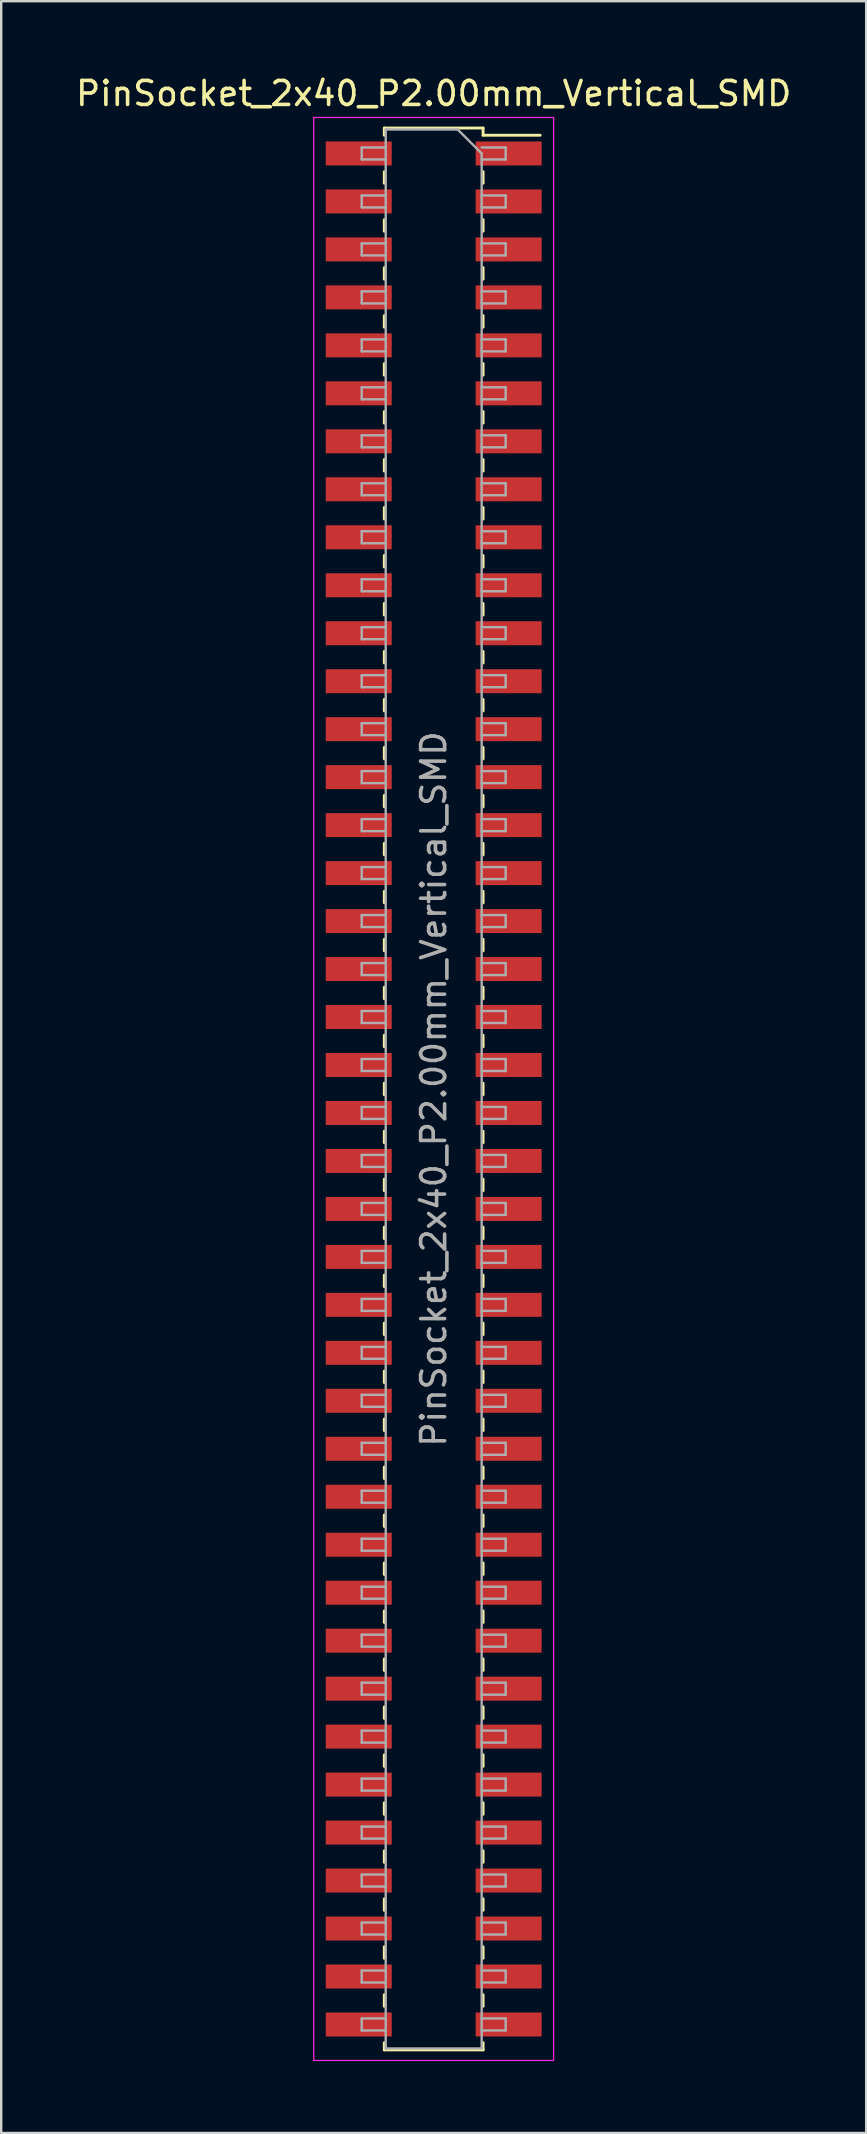
<source format=kicad_pcb>
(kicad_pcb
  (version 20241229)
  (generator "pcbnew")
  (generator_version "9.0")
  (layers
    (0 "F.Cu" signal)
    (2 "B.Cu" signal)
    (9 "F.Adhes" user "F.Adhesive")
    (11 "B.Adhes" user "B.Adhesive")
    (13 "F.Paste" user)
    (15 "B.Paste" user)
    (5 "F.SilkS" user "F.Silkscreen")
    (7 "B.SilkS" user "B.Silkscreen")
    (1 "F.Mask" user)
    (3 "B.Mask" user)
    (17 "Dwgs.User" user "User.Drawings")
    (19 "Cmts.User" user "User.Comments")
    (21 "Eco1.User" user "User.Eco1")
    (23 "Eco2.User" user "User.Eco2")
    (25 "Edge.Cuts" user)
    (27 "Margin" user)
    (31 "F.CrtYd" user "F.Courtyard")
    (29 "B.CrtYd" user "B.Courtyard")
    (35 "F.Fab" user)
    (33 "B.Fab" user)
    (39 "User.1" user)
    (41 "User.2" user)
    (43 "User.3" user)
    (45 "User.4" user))
  (footprint "PinSocket_2x40_P2.00mm_Vertical_SMD"
    (layer "F.Cu")
    (at 15.03 42.348)
    (property "Reference" "PinSocket_2x40_P2.00mm_Vertical_SMD" (at 0 -41.5 0) (layer "F.SilkS") (effects (font (size 1 1) (thickness 0.15))))
    (attr smd)
    (fp_line (start -2.06 -40.06) (end -2.06 -39.76) (stroke (width 0.12) (type solid)) (layer "F.SilkS"))
    (fp_line (start -2.06 -40.06) (end 2.06 -40.06) (stroke (width 0.12) (type solid)) (layer "F.SilkS"))
    (fp_line (start -2.06 -38.24) (end -2.06 -37.76) (stroke (width 0.12) (type solid)) (layer "F.SilkS"))
    (fp_line (start -2.06 -36.24) (end -2.06 -35.76) (stroke (width 0.12) (type solid)) (layer "F.SilkS"))
    (fp_line (start -2.06 -34.24) (end -2.06 -33.76) (stroke (width 0.12) (type solid)) (layer "F.SilkS"))
    (fp_line (start -2.06 -32.24) (end -2.06 -31.76) (stroke (width 0.12) (type solid)) (layer "F.SilkS"))
    (fp_line (start -2.06 -30.24) (end -2.06 -29.76) (stroke (width 0.12) (type solid)) (layer "F.SilkS"))
    (fp_line (start -2.06 -28.24) (end -2.06 -27.76) (stroke (width 0.12) (type solid)) (layer "F.SilkS"))
    (fp_line (start -2.06 -26.24) (end -2.06 -25.76) (stroke (width 0.12) (type solid)) (layer "F.SilkS"))
    (fp_line (start -2.06 -24.24) (end -2.06 -23.76) (stroke (width 0.12) (type solid)) (layer "F.SilkS"))
    (fp_line (start -2.06 -22.24) (end -2.06 -21.76) (stroke (width 0.12) (type solid)) (layer "F.SilkS"))
    (fp_line (start -2.06 -20.24) (end -2.06 -19.76) (stroke (width 0.12) (type solid)) (layer "F.SilkS"))
    (fp_line (start -2.06 -18.24) (end -2.06 -17.76) (stroke (width 0.12) (type solid)) (layer "F.SilkS"))
    (fp_line (start -2.06 -16.24) (end -2.06 -15.76) (stroke (width 0.12) (type solid)) (layer "F.SilkS"))
    (fp_line (start -2.06 -14.24) (end -2.06 -13.76) (stroke (width 0.12) (type solid)) (layer "F.SilkS"))
    (fp_line (start -2.06 -12.24) (end -2.06 -11.76) (stroke (width 0.12) (type solid)) (layer "F.SilkS"))
    (fp_line (start -2.06 -10.24) (end -2.06 -9.76) (stroke (width 0.12) (type solid)) (layer "F.SilkS"))
    (fp_line (start -2.06 -8.24) (end -2.06 -7.76) (stroke (width 0.12) (type solid)) (layer "F.SilkS"))
    (fp_line (start -2.06 -6.24) (end -2.06 -5.76) (stroke (width 0.12) (type solid)) (layer "F.SilkS"))
    (fp_line (start -2.06 -4.24) (end -2.06 -3.76) (stroke (width 0.12) (type solid)) (layer "F.SilkS"))
    (fp_line (start -2.06 -2.24) (end -2.06 -1.76) (stroke (width 0.12) (type solid)) (layer "F.SilkS"))
    (fp_line (start -2.06 -0.24) (end -2.06 0.24) (stroke (width 0.12) (type solid)) (layer "F.SilkS"))
    (fp_line (start -2.06 1.76) (end -2.06 2.24) (stroke (width 0.12) (type solid)) (layer "F.SilkS"))
    (fp_line (start -2.06 3.76) (end -2.06 4.24) (stroke (width 0.12) (type solid)) (layer "F.SilkS"))
    (fp_line (start -2.06 5.76) (end -2.06 6.24) (stroke (width 0.12) (type solid)) (layer "F.SilkS"))
    (fp_line (start -2.06 7.76) (end -2.06 8.24) (stroke (width 0.12) (type solid)) (layer "F.SilkS"))
    (fp_line (start -2.06 9.76) (end -2.06 10.24) (stroke (width 0.12) (type solid)) (layer "F.SilkS"))
    (fp_line (start -2.06 11.76) (end -2.06 12.24) (stroke (width 0.12) (type solid)) (layer "F.SilkS"))
    (fp_line (start -2.06 13.76) (end -2.06 14.24) (stroke (width 0.12) (type solid)) (layer "F.SilkS"))
    (fp_line (start -2.06 15.76) (end -2.06 16.24) (stroke (width 0.12) (type solid)) (layer "F.SilkS"))
    (fp_line (start -2.06 17.76) (end -2.06 18.24) (stroke (width 0.12) (type solid)) (layer "F.SilkS"))
    (fp_line (start -2.06 19.76) (end -2.06 20.24) (stroke (width 0.12) (type solid)) (layer "F.SilkS"))
    (fp_line (start -2.06 21.76) (end -2.06 22.24) (stroke (width 0.12) (type solid)) (layer "F.SilkS"))
    (fp_line (start -2.06 23.76) (end -2.06 24.24) (stroke (width 0.12) (type solid)) (layer "F.SilkS"))
    (fp_line (start -2.06 25.76) (end -2.06 26.24) (stroke (width 0.12) (type solid)) (layer "F.SilkS"))
    (fp_line (start -2.06 27.76) (end -2.06 28.24) (stroke (width 0.12) (type solid)) (layer "F.SilkS"))
    (fp_line (start -2.06 29.76) (end -2.06 30.24) (stroke (width 0.12) (type solid)) (layer "F.SilkS"))
    (fp_line (start -2.06 31.76) (end -2.06 32.24) (stroke (width 0.12) (type solid)) (layer "F.SilkS"))
    (fp_line (start -2.06 33.76) (end -2.06 34.24) (stroke (width 0.12) (type solid)) (layer "F.SilkS"))
    (fp_line (start -2.06 35.76) (end -2.06 36.24) (stroke (width 0.12) (type solid)) (layer "F.SilkS"))
    (fp_line (start -2.06 37.76) (end -2.06 38.24) (stroke (width 0.12) (type solid)) (layer "F.SilkS"))
    (fp_line (start -2.06 39.76) (end -2.06 40.06) (stroke (width 0.12) (type solid)) (layer "F.SilkS"))
    (fp_line (start -2.06 40.06) (end 2.06 40.06) (stroke (width 0.12) (type solid)) (layer "F.SilkS"))
    (fp_line (start 2.06 -40.06) (end 2.06 -39.76) (stroke (width 0.12) (type solid)) (layer "F.SilkS"))
    (fp_line (start 2.06 -39.76) (end 4.44 -39.76) (stroke (width 0.12) (type solid)) (layer "F.SilkS"))
    (fp_line (start 2.06 -38.24) (end 2.06 -37.76) (stroke (width 0.12) (type solid)) (layer "F.SilkS"))
    (fp_line (start 2.06 -36.24) (end 2.06 -35.76) (stroke (width 0.12) (type solid)) (layer "F.SilkS"))
    (fp_line (start 2.06 -34.24) (end 2.06 -33.76) (stroke (width 0.12) (type solid)) (layer "F.SilkS"))
    (fp_line (start 2.06 -32.24) (end 2.06 -31.76) (stroke (width 0.12) (type solid)) (layer "F.SilkS"))
    (fp_line (start 2.06 -30.24) (end 2.06 -29.76) (stroke (width 0.12) (type solid)) (layer "F.SilkS"))
    (fp_line (start 2.06 -28.24) (end 2.06 -27.76) (stroke (width 0.12) (type solid)) (layer "F.SilkS"))
    (fp_line (start 2.06 -26.24) (end 2.06 -25.76) (stroke (width 0.12) (type solid)) (layer "F.SilkS"))
    (fp_line (start 2.06 -24.24) (end 2.06 -23.76) (stroke (width 0.12) (type solid)) (layer "F.SilkS"))
    (fp_line (start 2.06 -22.24) (end 2.06 -21.76) (stroke (width 0.12) (type solid)) (layer "F.SilkS"))
    (fp_line (start 2.06 -20.24) (end 2.06 -19.76) (stroke (width 0.12) (type solid)) (layer "F.SilkS"))
    (fp_line (start 2.06 -18.24) (end 2.06 -17.76) (stroke (width 0.12) (type solid)) (layer "F.SilkS"))
    (fp_line (start 2.06 -16.24) (end 2.06 -15.76) (stroke (width 0.12) (type solid)) (layer "F.SilkS"))
    (fp_line (start 2.06 -14.24) (end 2.06 -13.76) (stroke (width 0.12) (type solid)) (layer "F.SilkS"))
    (fp_line (start 2.06 -12.24) (end 2.06 -11.76) (stroke (width 0.12) (type solid)) (layer "F.SilkS"))
    (fp_line (start 2.06 -10.24) (end 2.06 -9.76) (stroke (width 0.12) (type solid)) (layer "F.SilkS"))
    (fp_line (start 2.06 -8.24) (end 2.06 -7.76) (stroke (width 0.12) (type solid)) (layer "F.SilkS"))
    (fp_line (start 2.06 -6.24) (end 2.06 -5.76) (stroke (width 0.12) (type solid)) (layer "F.SilkS"))
    (fp_line (start 2.06 -4.24) (end 2.06 -3.76) (stroke (width 0.12) (type solid)) (layer "F.SilkS"))
    (fp_line (start 2.06 -2.24) (end 2.06 -1.76) (stroke (width 0.12) (type solid)) (layer "F.SilkS"))
    (fp_line (start 2.06 -0.24) (end 2.06 0.24) (stroke (width 0.12) (type solid)) (layer "F.SilkS"))
    (fp_line (start 2.06 1.76) (end 2.06 2.24) (stroke (width 0.12) (type solid)) (layer "F.SilkS"))
    (fp_line (start 2.06 3.76) (end 2.06 4.24) (stroke (width 0.12) (type solid)) (layer "F.SilkS"))
    (fp_line (start 2.06 5.76) (end 2.06 6.24) (stroke (width 0.12) (type solid)) (layer "F.SilkS"))
    (fp_line (start 2.06 7.76) (end 2.06 8.24) (stroke (width 0.12) (type solid)) (layer "F.SilkS"))
    (fp_line (start 2.06 9.76) (end 2.06 10.24) (stroke (width 0.12) (type solid)) (layer "F.SilkS"))
    (fp_line (start 2.06 11.76) (end 2.06 12.24) (stroke (width 0.12) (type solid)) (layer "F.SilkS"))
    (fp_line (start 2.06 13.76) (end 2.06 14.24) (stroke (width 0.12) (type solid)) (layer "F.SilkS"))
    (fp_line (start 2.06 15.76) (end 2.06 16.24) (stroke (width 0.12) (type solid)) (layer "F.SilkS"))
    (fp_line (start 2.06 17.76) (end 2.06 18.24) (stroke (width 0.12) (type solid)) (layer "F.SilkS"))
    (fp_line (start 2.06 19.76) (end 2.06 20.24) (stroke (width 0.12) (type solid)) (layer "F.SilkS"))
    (fp_line (start 2.06 21.76) (end 2.06 22.24) (stroke (width 0.12) (type solid)) (layer "F.SilkS"))
    (fp_line (start 2.06 23.76) (end 2.06 24.24) (stroke (width 0.12) (type solid)) (layer "F.SilkS"))
    (fp_line (start 2.06 25.76) (end 2.06 26.24) (stroke (width 0.12) (type solid)) (layer "F.SilkS"))
    (fp_line (start 2.06 27.76) (end 2.06 28.24) (stroke (width 0.12) (type solid)) (layer "F.SilkS"))
    (fp_line (start 2.06 29.76) (end 2.06 30.24) (stroke (width 0.12) (type solid)) (layer "F.SilkS"))
    (fp_line (start 2.06 31.76) (end 2.06 32.24) (stroke (width 0.12) (type solid)) (layer "F.SilkS"))
    (fp_line (start 2.06 33.76) (end 2.06 34.24) (stroke (width 0.12) (type solid)) (layer "F.SilkS"))
    (fp_line (start 2.06 35.76) (end 2.06 36.24) (stroke (width 0.12) (type solid)) (layer "F.SilkS"))
    (fp_line (start 2.06 37.76) (end 2.06 38.24) (stroke (width 0.12) (type solid)) (layer "F.SilkS"))
    (fp_line (start 2.06 39.76) (end 2.06 40.06) (stroke (width 0.12) (type solid)) (layer "F.SilkS"))
    (fp_line (start -5 -40.5) (end 5 -40.5) (stroke (width 0.05) (type solid)) (layer "F.CrtYd"))
    (fp_line (start -5 40.5) (end -5 -40.5) (stroke (width 0.05) (type solid)) (layer "F.CrtYd"))
    (fp_line (start 5 -40.5) (end 5 40.5) (stroke (width 0.05) (type solid)) (layer "F.CrtYd"))
    (fp_line (start 5 40.5) (end -5 40.5) (stroke (width 0.05) (type solid)) (layer "F.CrtYd"))
    (fp_line (start -3 -39.25) (end -2 -39.25) (stroke (width 0.1) (type solid)) (layer "F.Fab"))
    (fp_line (start -3 -38.75) (end -3 -39.25) (stroke (width 0.1) (type solid)) (layer "F.Fab"))
    (fp_line (start -3 -37.25) (end -2 -37.25) (stroke (width 0.1) (type solid)) (layer "F.Fab"))
    (fp_line (start -3 -36.75) (end -3 -37.25) (stroke (width 0.1) (type solid)) (layer "F.Fab"))
    (fp_line (start -3 -35.25) (end -2 -35.25) (stroke (width 0.1) (type solid)) (layer "F.Fab"))
    (fp_line (start -3 -34.75) (end -3 -35.25) (stroke (width 0.1) (type solid)) (layer "F.Fab"))
    (fp_line (start -3 -33.25) (end -2 -33.25) (stroke (width 0.1) (type solid)) (layer "F.Fab"))
    (fp_line (start -3 -32.75) (end -3 -33.25) (stroke (width 0.1) (type solid)) (layer "F.Fab"))
    (fp_line (start -3 -31.25) (end -2 -31.25) (stroke (width 0.1) (type solid)) (layer "F.Fab"))
    (fp_line (start -3 -30.75) (end -3 -31.25) (stroke (width 0.1) (type solid)) (layer "F.Fab"))
    (fp_line (start -3 -29.25) (end -2 -29.25) (stroke (width 0.1) (type solid)) (layer "F.Fab"))
    (fp_line (start -3 -28.75) (end -3 -29.25) (stroke (width 0.1) (type solid)) (layer "F.Fab"))
    (fp_line (start -3 -27.25) (end -2 -27.25) (stroke (width 0.1) (type solid)) (layer "F.Fab"))
    (fp_line (start -3 -26.75) (end -3 -27.25) (stroke (width 0.1) (type solid)) (layer "F.Fab"))
    (fp_line (start -3 -25.25) (end -2 -25.25) (stroke (width 0.1) (type solid)) (layer "F.Fab"))
    (fp_line (start -3 -24.75) (end -3 -25.25) (stroke (width 0.1) (type solid)) (layer "F.Fab"))
    (fp_line (start -3 -23.25) (end -2 -23.25) (stroke (width 0.1) (type solid)) (layer "F.Fab"))
    (fp_line (start -3 -22.75) (end -3 -23.25) (stroke (width 0.1) (type solid)) (layer "F.Fab"))
    (fp_line (start -3 -21.25) (end -2 -21.25) (stroke (width 0.1) (type solid)) (layer "F.Fab"))
    (fp_line (start -3 -20.75) (end -3 -21.25) (stroke (width 0.1) (type solid)) (layer "F.Fab"))
    (fp_line (start -3 -19.25) (end -2 -19.25) (stroke (width 0.1) (type solid)) (layer "F.Fab"))
    (fp_line (start -3 -18.75) (end -3 -19.25) (stroke (width 0.1) (type solid)) (layer "F.Fab"))
    (fp_line (start -3 -17.25) (end -2 -17.25) (stroke (width 0.1) (type solid)) (layer "F.Fab"))
    (fp_line (start -3 -16.75) (end -3 -17.25) (stroke (width 0.1) (type solid)) (layer "F.Fab"))
    (fp_line (start -3 -15.25) (end -2 -15.25) (stroke (width 0.1) (type solid)) (layer "F.Fab"))
    (fp_line (start -3 -14.75) (end -3 -15.25) (stroke (width 0.1) (type solid)) (layer "F.Fab"))
    (fp_line (start -3 -13.25) (end -2 -13.25) (stroke (width 0.1) (type solid)) (layer "F.Fab"))
    (fp_line (start -3 -12.75) (end -3 -13.25) (stroke (width 0.1) (type solid)) (layer "F.Fab"))
    (fp_line (start -3 -11.25) (end -2 -11.25) (stroke (width 0.1) (type solid)) (layer "F.Fab"))
    (fp_line (start -3 -10.75) (end -3 -11.25) (stroke (width 0.1) (type solid)) (layer "F.Fab"))
    (fp_line (start -3 -9.25) (end -2 -9.25) (stroke (width 0.1) (type solid)) (layer "F.Fab"))
    (fp_line (start -3 -8.75) (end -3 -9.25) (stroke (width 0.1) (type solid)) (layer "F.Fab"))
    (fp_line (start -3 -7.25) (end -2 -7.25) (stroke (width 0.1) (type solid)) (layer "F.Fab"))
    (fp_line (start -3 -6.75) (end -3 -7.25) (stroke (width 0.1) (type solid)) (layer "F.Fab"))
    (fp_line (start -3 -5.25) (end -2 -5.25) (stroke (width 0.1) (type solid)) (layer "F.Fab"))
    (fp_line (start -3 -4.75) (end -3 -5.25) (stroke (width 0.1) (type solid)) (layer "F.Fab"))
    (fp_line (start -3 -3.25) (end -2 -3.25) (stroke (width 0.1) (type solid)) (layer "F.Fab"))
    (fp_line (start -3 -2.75) (end -3 -3.25) (stroke (width 0.1) (type solid)) (layer "F.Fab"))
    (fp_line (start -3 -1.25) (end -2 -1.25) (stroke (width 0.1) (type solid)) (layer "F.Fab"))
    (fp_line (start -3 -0.75) (end -3 -1.25) (stroke (width 0.1) (type solid)) (layer "F.Fab"))
    (fp_line (start -3 0.75) (end -2 0.75) (stroke (width 0.1) (type solid)) (layer "F.Fab"))
    (fp_line (start -3 1.25) (end -3 0.75) (stroke (width 0.1) (type solid)) (layer "F.Fab"))
    (fp_line (start -3 2.75) (end -2 2.75) (stroke (width 0.1) (type solid)) (layer "F.Fab"))
    (fp_line (start -3 3.25) (end -3 2.75) (stroke (width 0.1) (type solid)) (layer "F.Fab"))
    (fp_line (start -3 4.75) (end -2 4.75) (stroke (width 0.1) (type solid)) (layer "F.Fab"))
    (fp_line (start -3 5.25) (end -3 4.75) (stroke (width 0.1) (type solid)) (layer "F.Fab"))
    (fp_line (start -3 6.75) (end -2 6.75) (stroke (width 0.1) (type solid)) (layer "F.Fab"))
    (fp_line (start -3 7.25) (end -3 6.75) (stroke (width 0.1) (type solid)) (layer "F.Fab"))
    (fp_line (start -3 8.75) (end -2 8.75) (stroke (width 0.1) (type solid)) (layer "F.Fab"))
    (fp_line (start -3 9.25) (end -3 8.75) (stroke (width 0.1) (type solid)) (layer "F.Fab"))
    (fp_line (start -3 10.75) (end -2 10.75) (stroke (width 0.1) (type solid)) (layer "F.Fab"))
    (fp_line (start -3 11.25) (end -3 10.75) (stroke (width 0.1) (type solid)) (layer "F.Fab"))
    (fp_line (start -3 12.75) (end -2 12.75) (stroke (width 0.1) (type solid)) (layer "F.Fab"))
    (fp_line (start -3 13.25) (end -3 12.75) (stroke (width 0.1) (type solid)) (layer "F.Fab"))
    (fp_line (start -3 14.75) (end -2 14.75) (stroke (width 0.1) (type solid)) (layer "F.Fab"))
    (fp_line (start -3 15.25) (end -3 14.75) (stroke (width 0.1) (type solid)) (layer "F.Fab"))
    (fp_line (start -3 16.75) (end -2 16.75) (stroke (width 0.1) (type solid)) (layer "F.Fab"))
    (fp_line (start -3 17.25) (end -3 16.75) (stroke (width 0.1) (type solid)) (layer "F.Fab"))
    (fp_line (start -3 18.75) (end -2 18.75) (stroke (width 0.1) (type solid)) (layer "F.Fab"))
    (fp_line (start -3 19.25) (end -3 18.75) (stroke (width 0.1) (type solid)) (layer "F.Fab"))
    (fp_line (start -3 20.75) (end -2 20.75) (stroke (width 0.1) (type solid)) (layer "F.Fab"))
    (fp_line (start -3 21.25) (end -3 20.75) (stroke (width 0.1) (type solid)) (layer "F.Fab"))
    (fp_line (start -3 22.75) (end -2 22.75) (stroke (width 0.1) (type solid)) (layer "F.Fab"))
    (fp_line (start -3 23.25) (end -3 22.75) (stroke (width 0.1) (type solid)) (layer "F.Fab"))
    (fp_line (start -3 24.75) (end -2 24.75) (stroke (width 0.1) (type solid)) (layer "F.Fab"))
    (fp_line (start -3 25.25) (end -3 24.75) (stroke (width 0.1) (type solid)) (layer "F.Fab"))
    (fp_line (start -3 26.75) (end -2 26.75) (stroke (width 0.1) (type solid)) (layer "F.Fab"))
    (fp_line (start -3 27.25) (end -3 26.75) (stroke (width 0.1) (type solid)) (layer "F.Fab"))
    (fp_line (start -3 28.75) (end -2 28.75) (stroke (width 0.1) (type solid)) (layer "F.Fab"))
    (fp_line (start -3 29.25) (end -3 28.75) (stroke (width 0.1) (type solid)) (layer "F.Fab"))
    (fp_line (start -3 30.75) (end -2 30.75) (stroke (width 0.1) (type solid)) (layer "F.Fab"))
    (fp_line (start -3 31.25) (end -3 30.75) (stroke (width 0.1) (type solid)) (layer "F.Fab"))
    (fp_line (start -3 32.75) (end -2 32.75) (stroke (width 0.1) (type solid)) (layer "F.Fab"))
    (fp_line (start -3 33.25) (end -3 32.75) (stroke (width 0.1) (type solid)) (layer "F.Fab"))
    (fp_line (start -3 34.75) (end -2 34.75) (stroke (width 0.1) (type solid)) (layer "F.Fab"))
    (fp_line (start -3 35.25) (end -3 34.75) (stroke (width 0.1) (type solid)) (layer "F.Fab"))
    (fp_line (start -3 36.75) (end -2 36.75) (stroke (width 0.1) (type solid)) (layer "F.Fab"))
    (fp_line (start -3 37.25) (end -3 36.75) (stroke (width 0.1) (type solid)) (layer "F.Fab"))
    (fp_line (start -3 38.75) (end -2 38.75) (stroke (width 0.1) (type solid)) (layer "F.Fab"))
    (fp_line (start -3 39.25) (end -3 38.75) (stroke (width 0.1) (type solid)) (layer "F.Fab"))
    (fp_line (start -2 -40) (end 1 -40) (stroke (width 0.1) (type solid)) (layer "F.Fab"))
    (fp_line (start -2 -38.75) (end -3 -38.75) (stroke (width 0.1) (type solid)) (layer "F.Fab"))
    (fp_line (start -2 -36.75) (end -3 -36.75) (stroke (width 0.1) (type solid)) (layer "F.Fab"))
    (fp_line (start -2 -34.75) (end -3 -34.75) (stroke (width 0.1) (type solid)) (layer "F.Fab"))
    (fp_line (start -2 -32.75) (end -3 -32.75) (stroke (width 0.1) (type solid)) (layer "F.Fab"))
    (fp_line (start -2 -30.75) (end -3 -30.75) (stroke (width 0.1) (type solid)) (layer "F.Fab"))
    (fp_line (start -2 -28.75) (end -3 -28.75) (stroke (width 0.1) (type solid)) (layer "F.Fab"))
    (fp_line (start -2 -26.75) (end -3 -26.75) (stroke (width 0.1) (type solid)) (layer "F.Fab"))
    (fp_line (start -2 -24.75) (end -3 -24.75) (stroke (width 0.1) (type solid)) (layer "F.Fab"))
    (fp_line (start -2 -22.75) (end -3 -22.75) (stroke (width 0.1) (type solid)) (layer "F.Fab"))
    (fp_line (start -2 -20.75) (end -3 -20.75) (stroke (width 0.1) (type solid)) (layer "F.Fab"))
    (fp_line (start -2 -18.75) (end -3 -18.75) (stroke (width 0.1) (type solid)) (layer "F.Fab"))
    (fp_line (start -2 -16.75) (end -3 -16.75) (stroke (width 0.1) (type solid)) (layer "F.Fab"))
    (fp_line (start -2 -14.75) (end -3 -14.75) (stroke (width 0.1) (type solid)) (layer "F.Fab"))
    (fp_line (start -2 -12.75) (end -3 -12.75) (stroke (width 0.1) (type solid)) (layer "F.Fab"))
    (fp_line (start -2 -10.75) (end -3 -10.75) (stroke (width 0.1) (type solid)) (layer "F.Fab"))
    (fp_line (start -2 -8.75) (end -3 -8.75) (stroke (width 0.1) (type solid)) (layer "F.Fab"))
    (fp_line (start -2 -6.75) (end -3 -6.75) (stroke (width 0.1) (type solid)) (layer "F.Fab"))
    (fp_line (start -2 -4.75) (end -3 -4.75) (stroke (width 0.1) (type solid)) (layer "F.Fab"))
    (fp_line (start -2 -2.75) (end -3 -2.75) (stroke (width 0.1) (type solid)) (layer "F.Fab"))
    (fp_line (start -2 -0.75) (end -3 -0.75) (stroke (width 0.1) (type solid)) (layer "F.Fab"))
    (fp_line (start -2 1.25) (end -3 1.25) (stroke (width 0.1) (type solid)) (layer "F.Fab"))
    (fp_line (start -2 3.25) (end -3 3.25) (stroke (width 0.1) (type solid)) (layer "F.Fab"))
    (fp_line (start -2 5.25) (end -3 5.25) (stroke (width 0.1) (type solid)) (layer "F.Fab"))
    (fp_line (start -2 7.25) (end -3 7.25) (stroke (width 0.1) (type solid)) (layer "F.Fab"))
    (fp_line (start -2 9.25) (end -3 9.25) (stroke (width 0.1) (type solid)) (layer "F.Fab"))
    (fp_line (start -2 11.25) (end -3 11.25) (stroke (width 0.1) (type solid)) (layer "F.Fab"))
    (fp_line (start -2 13.25) (end -3 13.25) (stroke (width 0.1) (type solid)) (layer "F.Fab"))
    (fp_line (start -2 15.25) (end -3 15.25) (stroke (width 0.1) (type solid)) (layer "F.Fab"))
    (fp_line (start -2 17.25) (end -3 17.25) (stroke (width 0.1) (type solid)) (layer "F.Fab"))
    (fp_line (start -2 19.25) (end -3 19.25) (stroke (width 0.1) (type solid)) (layer "F.Fab"))
    (fp_line (start -2 21.25) (end -3 21.25) (stroke (width 0.1) (type solid)) (layer "F.Fab"))
    (fp_line (start -2 23.25) (end -3 23.25) (stroke (width 0.1) (type solid)) (layer "F.Fab"))
    (fp_line (start -2 25.25) (end -3 25.25) (stroke (width 0.1) (type solid)) (layer "F.Fab"))
    (fp_line (start -2 27.25) (end -3 27.25) (stroke (width 0.1) (type solid)) (layer "F.Fab"))
    (fp_line (start -2 29.25) (end -3 29.25) (stroke (width 0.1) (type solid)) (layer "F.Fab"))
    (fp_line (start -2 31.25) (end -3 31.25) (stroke (width 0.1) (type solid)) (layer "F.Fab"))
    (fp_line (start -2 33.25) (end -3 33.25) (stroke (width 0.1) (type solid)) (layer "F.Fab"))
    (fp_line (start -2 35.25) (end -3 35.25) (stroke (width 0.1) (type solid)) (layer "F.Fab"))
    (fp_line (start -2 37.25) (end -3 37.25) (stroke (width 0.1) (type solid)) (layer "F.Fab"))
    (fp_line (start -2 39.25) (end -3 39.25) (stroke (width 0.1) (type solid)) (layer "F.Fab"))
    (fp_line (start -2 40) (end -2 -40) (stroke (width 0.1) (type solid)) (layer "F.Fab"))
    (fp_line (start 1 -40) (end 2 -39) (stroke (width 0.1) (type solid)) (layer "F.Fab"))
    (fp_line (start 2 -39.25) (end 3 -39.25) (stroke (width 0.1) (type solid)) (layer "F.Fab"))
    (fp_line (start 2 -39) (end 2 40) (stroke (width 0.1) (type solid)) (layer "F.Fab"))
    (fp_line (start 2 -37.25) (end 3 -37.25) (stroke (width 0.1) (type solid)) (layer "F.Fab"))
    (fp_line (start 2 -35.25) (end 3 -35.25) (stroke (width 0.1) (type solid)) (layer "F.Fab"))
    (fp_line (start 2 -33.25) (end 3 -33.25) (stroke (width 0.1) (type solid)) (layer "F.Fab"))
    (fp_line (start 2 -31.25) (end 3 -31.25) (stroke (width 0.1) (type solid)) (layer "F.Fab"))
    (fp_line (start 2 -29.25) (end 3 -29.25) (stroke (width 0.1) (type solid)) (layer "F.Fab"))
    (fp_line (start 2 -27.25) (end 3 -27.25) (stroke (width 0.1) (type solid)) (layer "F.Fab"))
    (fp_line (start 2 -25.25) (end 3 -25.25) (stroke (width 0.1) (type solid)) (layer "F.Fab"))
    (fp_line (start 2 -23.25) (end 3 -23.25) (stroke (width 0.1) (type solid)) (layer "F.Fab"))
    (fp_line (start 2 -21.25) (end 3 -21.25) (stroke (width 0.1) (type solid)) (layer "F.Fab"))
    (fp_line (start 2 -19.25) (end 3 -19.25) (stroke (width 0.1) (type solid)) (layer "F.Fab"))
    (fp_line (start 2 -17.25) (end 3 -17.25) (stroke (width 0.1) (type solid)) (layer "F.Fab"))
    (fp_line (start 2 -15.25) (end 3 -15.25) (stroke (width 0.1) (type solid)) (layer "F.Fab"))
    (fp_line (start 2 -13.25) (end 3 -13.25) (stroke (width 0.1) (type solid)) (layer "F.Fab"))
    (fp_line (start 2 -11.25) (end 3 -11.25) (stroke (width 0.1) (type solid)) (layer "F.Fab"))
    (fp_line (start 2 -9.25) (end 3 -9.25) (stroke (width 0.1) (type solid)) (layer "F.Fab"))
    (fp_line (start 2 -7.25) (end 3 -7.25) (stroke (width 0.1) (type solid)) (layer "F.Fab"))
    (fp_line (start 2 -5.25) (end 3 -5.25) (stroke (width 0.1) (type solid)) (layer "F.Fab"))
    (fp_line (start 2 -3.25) (end 3 -3.25) (stroke (width 0.1) (type solid)) (layer "F.Fab"))
    (fp_line (start 2 -1.25) (end 3 -1.25) (stroke (width 0.1) (type solid)) (layer "F.Fab"))
    (fp_line (start 2 0.75) (end 3 0.75) (stroke (width 0.1) (type solid)) (layer "F.Fab"))
    (fp_line (start 2 2.75) (end 3 2.75) (stroke (width 0.1) (type solid)) (layer "F.Fab"))
    (fp_line (start 2 4.75) (end 3 4.75) (stroke (width 0.1) (type solid)) (layer "F.Fab"))
    (fp_line (start 2 6.75) (end 3 6.75) (stroke (width 0.1) (type solid)) (layer "F.Fab"))
    (fp_line (start 2 8.75) (end 3 8.75) (stroke (width 0.1) (type solid)) (layer "F.Fab"))
    (fp_line (start 2 10.75) (end 3 10.75) (stroke (width 0.1) (type solid)) (layer "F.Fab"))
    (fp_line (start 2 12.75) (end 3 12.75) (stroke (width 0.1) (type solid)) (layer "F.Fab"))
    (fp_line (start 2 14.75) (end 3 14.75) (stroke (width 0.1) (type solid)) (layer "F.Fab"))
    (fp_line (start 2 16.75) (end 3 16.75) (stroke (width 0.1) (type solid)) (layer "F.Fab"))
    (fp_line (start 2 18.75) (end 3 18.75) (stroke (width 0.1) (type solid)) (layer "F.Fab"))
    (fp_line (start 2 20.75) (end 3 20.75) (stroke (width 0.1) (type solid)) (layer "F.Fab"))
    (fp_line (start 2 22.75) (end 3 22.75) (stroke (width 0.1) (type solid)) (layer "F.Fab"))
    (fp_line (start 2 24.75) (end 3 24.75) (stroke (width 0.1) (type solid)) (layer "F.Fab"))
    (fp_line (start 2 26.75) (end 3 26.75) (stroke (width 0.1) (type solid)) (layer "F.Fab"))
    (fp_line (start 2 28.75) (end 3 28.75) (stroke (width 0.1) (type solid)) (layer "F.Fab"))
    (fp_line (start 2 30.75) (end 3 30.75) (stroke (width 0.1) (type solid)) (layer "F.Fab"))
    (fp_line (start 2 32.75) (end 3 32.75) (stroke (width 0.1) (type solid)) (layer "F.Fab"))
    (fp_line (start 2 34.75) (end 3 34.75) (stroke (width 0.1) (type solid)) (layer "F.Fab"))
    (fp_line (start 2 36.75) (end 3 36.75) (stroke (width 0.1) (type solid)) (layer "F.Fab"))
    (fp_line (start 2 38.75) (end 3 38.75) (stroke (width 0.1) (type solid)) (layer "F.Fab"))
    (fp_line (start 2 40) (end -2 40) (stroke (width 0.1) (type solid)) (layer "F.Fab"))
    (fp_line (start 3 -39.25) (end 3 -38.75) (stroke (width 0.1) (type solid)) (layer "F.Fab"))
    (fp_line (start 3 -38.75) (end 2 -38.75) (stroke (width 0.1) (type solid)) (layer "F.Fab"))
    (fp_line (start 3 -37.25) (end 3 -36.75) (stroke (width 0.1) (type solid)) (layer "F.Fab"))
    (fp_line (start 3 -36.75) (end 2 -36.75) (stroke (width 0.1) (type solid)) (layer "F.Fab"))
    (fp_line (start 3 -35.25) (end 3 -34.75) (stroke (width 0.1) (type solid)) (layer "F.Fab"))
    (fp_line (start 3 -34.75) (end 2 -34.75) (stroke (width 0.1) (type solid)) (layer "F.Fab"))
    (fp_line (start 3 -33.25) (end 3 -32.75) (stroke (width 0.1) (type solid)) (layer "F.Fab"))
    (fp_line (start 3 -32.75) (end 2 -32.75) (stroke (width 0.1) (type solid)) (layer "F.Fab"))
    (fp_line (start 3 -31.25) (end 3 -30.75) (stroke (width 0.1) (type solid)) (layer "F.Fab"))
    (fp_line (start 3 -30.75) (end 2 -30.75) (stroke (width 0.1) (type solid)) (layer "F.Fab"))
    (fp_line (start 3 -29.25) (end 3 -28.75) (stroke (width 0.1) (type solid)) (layer "F.Fab"))
    (fp_line (start 3 -28.75) (end 2 -28.75) (stroke (width 0.1) (type solid)) (layer "F.Fab"))
    (fp_line (start 3 -27.25) (end 3 -26.75) (stroke (width 0.1) (type solid)) (layer "F.Fab"))
    (fp_line (start 3 -26.75) (end 2 -26.75) (stroke (width 0.1) (type solid)) (layer "F.Fab"))
    (fp_line (start 3 -25.25) (end 3 -24.75) (stroke (width 0.1) (type solid)) (layer "F.Fab"))
    (fp_line (start 3 -24.75) (end 2 -24.75) (stroke (width 0.1) (type solid)) (layer "F.Fab"))
    (fp_line (start 3 -23.25) (end 3 -22.75) (stroke (width 0.1) (type solid)) (layer "F.Fab"))
    (fp_line (start 3 -22.75) (end 2 -22.75) (stroke (width 0.1) (type solid)) (layer "F.Fab"))
    (fp_line (start 3 -21.25) (end 3 -20.75) (stroke (width 0.1) (type solid)) (layer "F.Fab"))
    (fp_line (start 3 -20.75) (end 2 -20.75) (stroke (width 0.1) (type solid)) (layer "F.Fab"))
    (fp_line (start 3 -19.25) (end 3 -18.75) (stroke (width 0.1) (type solid)) (layer "F.Fab"))
    (fp_line (start 3 -18.75) (end 2 -18.75) (stroke (width 0.1) (type solid)) (layer "F.Fab"))
    (fp_line (start 3 -17.25) (end 3 -16.75) (stroke (width 0.1) (type solid)) (layer "F.Fab"))
    (fp_line (start 3 -16.75) (end 2 -16.75) (stroke (width 0.1) (type solid)) (layer "F.Fab"))
    (fp_line (start 3 -15.25) (end 3 -14.75) (stroke (width 0.1) (type solid)) (layer "F.Fab"))
    (fp_line (start 3 -14.75) (end 2 -14.75) (stroke (width 0.1) (type solid)) (layer "F.Fab"))
    (fp_line (start 3 -13.25) (end 3 -12.75) (stroke (width 0.1) (type solid)) (layer "F.Fab"))
    (fp_line (start 3 -12.75) (end 2 -12.75) (stroke (width 0.1) (type solid)) (layer "F.Fab"))
    (fp_line (start 3 -11.25) (end 3 -10.75) (stroke (width 0.1) (type solid)) (layer "F.Fab"))
    (fp_line (start 3 -10.75) (end 2 -10.75) (stroke (width 0.1) (type solid)) (layer "F.Fab"))
    (fp_line (start 3 -9.25) (end 3 -8.75) (stroke (width 0.1) (type solid)) (layer "F.Fab"))
    (fp_line (start 3 -8.75) (end 2 -8.75) (stroke (width 0.1) (type solid)) (layer "F.Fab"))
    (fp_line (start 3 -7.25) (end 3 -6.75) (stroke (width 0.1) (type solid)) (layer "F.Fab"))
    (fp_line (start 3 -6.75) (end 2 -6.75) (stroke (width 0.1) (type solid)) (layer "F.Fab"))
    (fp_line (start 3 -5.25) (end 3 -4.75) (stroke (width 0.1) (type solid)) (layer "F.Fab"))
    (fp_line (start 3 -4.75) (end 2 -4.75) (stroke (width 0.1) (type solid)) (layer "F.Fab"))
    (fp_line (start 3 -3.25) (end 3 -2.75) (stroke (width 0.1) (type solid)) (layer "F.Fab"))
    (fp_line (start 3 -2.75) (end 2 -2.75) (stroke (width 0.1) (type solid)) (layer "F.Fab"))
    (fp_line (start 3 -1.25) (end 3 -0.75) (stroke (width 0.1) (type solid)) (layer "F.Fab"))
    (fp_line (start 3 -0.75) (end 2 -0.75) (stroke (width 0.1) (type solid)) (layer "F.Fab"))
    (fp_line (start 3 0.75) (end 3 1.25) (stroke (width 0.1) (type solid)) (layer "F.Fab"))
    (fp_line (start 3 1.25) (end 2 1.25) (stroke (width 0.1) (type solid)) (layer "F.Fab"))
    (fp_line (start 3 2.75) (end 3 3.25) (stroke (width 0.1) (type solid)) (layer "F.Fab"))
    (fp_line (start 3 3.25) (end 2 3.25) (stroke (width 0.1) (type solid)) (layer "F.Fab"))
    (fp_line (start 3 4.75) (end 3 5.25) (stroke (width 0.1) (type solid)) (layer "F.Fab"))
    (fp_line (start 3 5.25) (end 2 5.25) (stroke (width 0.1) (type solid)) (layer "F.Fab"))
    (fp_line (start 3 6.75) (end 3 7.25) (stroke (width 0.1) (type solid)) (layer "F.Fab"))
    (fp_line (start 3 7.25) (end 2 7.25) (stroke (width 0.1) (type solid)) (layer "F.Fab"))
    (fp_line (start 3 8.75) (end 3 9.25) (stroke (width 0.1) (type solid)) (layer "F.Fab"))
    (fp_line (start 3 9.25) (end 2 9.25) (stroke (width 0.1) (type solid)) (layer "F.Fab"))
    (fp_line (start 3 10.75) (end 3 11.25) (stroke (width 0.1) (type solid)) (layer "F.Fab"))
    (fp_line (start 3 11.25) (end 2 11.25) (stroke (width 0.1) (type solid)) (layer "F.Fab"))
    (fp_line (start 3 12.75) (end 3 13.25) (stroke (width 0.1) (type solid)) (layer "F.Fab"))
    (fp_line (start 3 13.25) (end 2 13.25) (stroke (width 0.1) (type solid)) (layer "F.Fab"))
    (fp_line (start 3 14.75) (end 3 15.25) (stroke (width 0.1) (type solid)) (layer "F.Fab"))
    (fp_line (start 3 15.25) (end 2 15.25) (stroke (width 0.1) (type solid)) (layer "F.Fab"))
    (fp_line (start 3 16.75) (end 3 17.25) (stroke (width 0.1) (type solid)) (layer "F.Fab"))
    (fp_line (start 3 17.25) (end 2 17.25) (stroke (width 0.1) (type solid)) (layer "F.Fab"))
    (fp_line (start 3 18.75) (end 3 19.25) (stroke (width 0.1) (type solid)) (layer "F.Fab"))
    (fp_line (start 3 19.25) (end 2 19.25) (stroke (width 0.1) (type solid)) (layer "F.Fab"))
    (fp_line (start 3 20.75) (end 3 21.25) (stroke (width 0.1) (type solid)) (layer "F.Fab"))
    (fp_line (start 3 21.25) (end 2 21.25) (stroke (width 0.1) (type solid)) (layer "F.Fab"))
    (fp_line (start 3 22.75) (end 3 23.25) (stroke (width 0.1) (type solid)) (layer "F.Fab"))
    (fp_line (start 3 23.25) (end 2 23.25) (stroke (width 0.1) (type solid)) (layer "F.Fab"))
    (fp_line (start 3 24.75) (end 3 25.25) (stroke (width 0.1) (type solid)) (layer "F.Fab"))
    (fp_line (start 3 25.25) (end 2 25.25) (stroke (width 0.1) (type solid)) (layer "F.Fab"))
    (fp_line (start 3 26.75) (end 3 27.25) (stroke (width 0.1) (type solid)) (layer "F.Fab"))
    (fp_line (start 3 27.25) (end 2 27.25) (stroke (width 0.1) (type solid)) (layer "F.Fab"))
    (fp_line (start 3 28.75) (end 3 29.25) (stroke (width 0.1) (type solid)) (layer "F.Fab"))
    (fp_line (start 3 29.25) (end 2 29.25) (stroke (width 0.1) (type solid)) (layer "F.Fab"))
    (fp_line (start 3 30.75) (end 3 31.25) (stroke (width 0.1) (type solid)) (layer "F.Fab"))
    (fp_line (start 3 31.25) (end 2 31.25) (stroke (width 0.1) (type solid)) (layer "F.Fab"))
    (fp_line (start 3 32.75) (end 3 33.25) (stroke (width 0.1) (type solid)) (layer "F.Fab"))
    (fp_line (start 3 33.25) (end 2 33.25) (stroke (width 0.1) (type solid)) (layer "F.Fab"))
    (fp_line (start 3 34.75) (end 3 35.25) (stroke (width 0.1) (type solid)) (layer "F.Fab"))
    (fp_line (start 3 35.25) (end 2 35.25) (stroke (width 0.1) (type solid)) (layer "F.Fab"))
    (fp_line (start 3 36.75) (end 3 37.25) (stroke (width 0.1) (type solid)) (layer "F.Fab"))
    (fp_line (start 3 37.25) (end 2 37.25) (stroke (width 0.1) (type solid)) (layer "F.Fab"))
    (fp_line (start 3 38.75) (end 3 39.25) (stroke (width 0.1) (type solid)) (layer "F.Fab"))
    (fp_line (start 3 39.25) (end 2 39.25) (stroke (width 0.1) (type solid)) (layer "F.Fab"))
    (fp_text user "${REFERENCE}" (at 0 0 90) (layer "F.Fab") (effects (font (size 1 1) (thickness 0.15))))
    (pad "1" smd rect (at 3.125 -39) (size 2.75 1) (layers "F.Cu" "F.Mask" "F.Paste"))
    (pad "2" smd rect (at -3.125 -39) (size 2.75 1) (layers "F.Cu" "F.Mask" "F.Paste"))
    (pad "3" smd rect (at 3.125 -37) (size 2.75 1) (layers "F.Cu" "F.Mask" "F.Paste"))
    (pad "4" smd rect (at -3.125 -37) (size 2.75 1) (layers "F.Cu" "F.Mask" "F.Paste"))
    (pad "5" smd rect (at 3.125 -35) (size 2.75 1) (layers "F.Cu" "F.Mask" "F.Paste"))
    (pad "6" smd rect (at -3.125 -35) (size 2.75 1) (layers "F.Cu" "F.Mask" "F.Paste"))
    (pad "7" smd rect (at 3.125 -33) (size 2.75 1) (layers "F.Cu" "F.Mask" "F.Paste"))
    (pad "8" smd rect (at -3.125 -33) (size 2.75 1) (layers "F.Cu" "F.Mask" "F.Paste"))
    (pad "9" smd rect (at 3.125 -31) (size 2.75 1) (layers "F.Cu" "F.Mask" "F.Paste"))
    (pad "10" smd rect (at -3.125 -31) (size 2.75 1) (layers "F.Cu" "F.Mask" "F.Paste"))
    (pad "11" smd rect (at 3.125 -29) (size 2.75 1) (layers "F.Cu" "F.Mask" "F.Paste"))
    (pad "12" smd rect (at -3.125 -29) (size 2.75 1) (layers "F.Cu" "F.Mask" "F.Paste"))
    (pad "13" smd rect (at 3.125 -27) (size 2.75 1) (layers "F.Cu" "F.Mask" "F.Paste"))
    (pad "14" smd rect (at -3.125 -27) (size 2.75 1) (layers "F.Cu" "F.Mask" "F.Paste"))
    (pad "15" smd rect (at 3.125 -25) (size 2.75 1) (layers "F.Cu" "F.Mask" "F.Paste"))
    (pad "16" smd rect (at -3.125 -25) (size 2.75 1) (layers "F.Cu" "F.Mask" "F.Paste"))
    (pad "17" smd rect (at 3.125 -23) (size 2.75 1) (layers "F.Cu" "F.Mask" "F.Paste"))
    (pad "18" smd rect (at -3.125 -23) (size 2.75 1) (layers "F.Cu" "F.Mask" "F.Paste"))
    (pad "19" smd rect (at 3.125 -21) (size 2.75 1) (layers "F.Cu" "F.Mask" "F.Paste"))
    (pad "20" smd rect (at -3.125 -21) (size 2.75 1) (layers "F.Cu" "F.Mask" "F.Paste"))
    (pad "21" smd rect (at 3.125 -19) (size 2.75 1) (layers "F.Cu" "F.Mask" "F.Paste"))
    (pad "22" smd rect (at -3.125 -19) (size 2.75 1) (layers "F.Cu" "F.Mask" "F.Paste"))
    (pad "23" smd rect (at 3.125 -17) (size 2.75 1) (layers "F.Cu" "F.Mask" "F.Paste"))
    (pad "24" smd rect (at -3.125 -17) (size 2.75 1) (layers "F.Cu" "F.Mask" "F.Paste"))
    (pad "25" smd rect (at 3.125 -15) (size 2.75 1) (layers "F.Cu" "F.Mask" "F.Paste"))
    (pad "26" smd rect (at -3.125 -15) (size 2.75 1) (layers "F.Cu" "F.Mask" "F.Paste"))
    (pad "27" smd rect (at 3.125 -13) (size 2.75 1) (layers "F.Cu" "F.Mask" "F.Paste"))
    (pad "28" smd rect (at -3.125 -13) (size 2.75 1) (layers "F.Cu" "F.Mask" "F.Paste"))
    (pad "29" smd rect (at 3.125 -11) (size 2.75 1) (layers "F.Cu" "F.Mask" "F.Paste"))
    (pad "30" smd rect (at -3.125 -11) (size 2.75 1) (layers "F.Cu" "F.Mask" "F.Paste"))
    (pad "31" smd rect (at 3.125 -9) (size 2.75 1) (layers "F.Cu" "F.Mask" "F.Paste"))
    (pad "32" smd rect (at -3.125 -9) (size 2.75 1) (layers "F.Cu" "F.Mask" "F.Paste"))
    (pad "33" smd rect (at 3.125 -7) (size 2.75 1) (layers "F.Cu" "F.Mask" "F.Paste"))
    (pad "34" smd rect (at -3.125 -7) (size 2.75 1) (layers "F.Cu" "F.Mask" "F.Paste"))
    (pad "35" smd rect (at 3.125 -5) (size 2.75 1) (layers "F.Cu" "F.Mask" "F.Paste"))
    (pad "36" smd rect (at -3.125 -5) (size 2.75 1) (layers "F.Cu" "F.Mask" "F.Paste"))
    (pad "37" smd rect (at 3.125 -3) (size 2.75 1) (layers "F.Cu" "F.Mask" "F.Paste"))
    (pad "38" smd rect (at -3.125 -3) (size 2.75 1) (layers "F.Cu" "F.Mask" "F.Paste"))
    (pad "39" smd rect (at 3.125 -1) (size 2.75 1) (layers "F.Cu" "F.Mask" "F.Paste"))
    (pad "40" smd rect (at -3.125 -1) (size 2.75 1) (layers "F.Cu" "F.Mask" "F.Paste"))
    (pad "41" smd rect (at 3.125 1) (size 2.75 1) (layers "F.Cu" "F.Mask" "F.Paste"))
    (pad "42" smd rect (at -3.125 1) (size 2.75 1) (layers "F.Cu" "F.Mask" "F.Paste"))
    (pad "43" smd rect (at 3.125 3) (size 2.75 1) (layers "F.Cu" "F.Mask" "F.Paste"))
    (pad "44" smd rect (at -3.125 3) (size 2.75 1) (layers "F.Cu" "F.Mask" "F.Paste"))
    (pad "45" smd rect (at 3.125 5) (size 2.75 1) (layers "F.Cu" "F.Mask" "F.Paste"))
    (pad "46" smd rect (at -3.125 5) (size 2.75 1) (layers "F.Cu" "F.Mask" "F.Paste"))
    (pad "47" smd rect (at 3.125 7) (size 2.75 1) (layers "F.Cu" "F.Mask" "F.Paste"))
    (pad "48" smd rect (at -3.125 7) (size 2.75 1) (layers "F.Cu" "F.Mask" "F.Paste"))
    (pad "49" smd rect (at 3.125 9) (size 2.75 1) (layers "F.Cu" "F.Mask" "F.Paste"))
    (pad "50" smd rect (at -3.125 9) (size 2.75 1) (layers "F.Cu" "F.Mask" "F.Paste"))
    (pad "51" smd rect (at 3.125 11) (size 2.75 1) (layers "F.Cu" "F.Mask" "F.Paste"))
    (pad "52" smd rect (at -3.125 11) (size 2.75 1) (layers "F.Cu" "F.Mask" "F.Paste"))
    (pad "53" smd rect (at 3.125 13) (size 2.75 1) (layers "F.Cu" "F.Mask" "F.Paste"))
    (pad "54" smd rect (at -3.125 13) (size 2.75 1) (layers "F.Cu" "F.Mask" "F.Paste"))
    (pad "55" smd rect (at 3.125 15) (size 2.75 1) (layers "F.Cu" "F.Mask" "F.Paste"))
    (pad "56" smd rect (at -3.125 15) (size 2.75 1) (layers "F.Cu" "F.Mask" "F.Paste"))
    (pad "57" smd rect (at 3.125 17) (size 2.75 1) (layers "F.Cu" "F.Mask" "F.Paste"))
    (pad "58" smd rect (at -3.125 17) (size 2.75 1) (layers "F.Cu" "F.Mask" "F.Paste"))
    (pad "59" smd rect (at 3.125 19) (size 2.75 1) (layers "F.Cu" "F.Mask" "F.Paste"))
    (pad "60" smd rect (at -3.125 19) (size 2.75 1) (layers "F.Cu" "F.Mask" "F.Paste"))
    (pad "61" smd rect (at 3.125 21) (size 2.75 1) (layers "F.Cu" "F.Mask" "F.Paste"))
    (pad "62" smd rect (at -3.125 21) (size 2.75 1) (layers "F.Cu" "F.Mask" "F.Paste"))
    (pad "63" smd rect (at 3.125 23) (size 2.75 1) (layers "F.Cu" "F.Mask" "F.Paste"))
    (pad "64" smd rect (at -3.125 23) (size 2.75 1) (layers "F.Cu" "F.Mask" "F.Paste"))
    (pad "65" smd rect (at 3.125 25) (size 2.75 1) (layers "F.Cu" "F.Mask" "F.Paste"))
    (pad "66" smd rect (at -3.125 25) (size 2.75 1) (layers "F.Cu" "F.Mask" "F.Paste"))
    (pad "67" smd rect (at 3.125 27) (size 2.75 1) (layers "F.Cu" "F.Mask" "F.Paste"))
    (pad "68" smd rect (at -3.125 27) (size 2.75 1) (layers "F.Cu" "F.Mask" "F.Paste"))
    (pad "69" smd rect (at 3.125 29) (size 2.75 1) (layers "F.Cu" "F.Mask" "F.Paste"))
    (pad "70" smd rect (at -3.125 29) (size 2.75 1) (layers "F.Cu" "F.Mask" "F.Paste"))
    (pad "71" smd rect (at 3.125 31) (size 2.75 1) (layers "F.Cu" "F.Mask" "F.Paste"))
    (pad "72" smd rect (at -3.125 31) (size 2.75 1) (layers "F.Cu" "F.Mask" "F.Paste"))
    (pad "73" smd rect (at 3.125 33) (size 2.75 1) (layers "F.Cu" "F.Mask" "F.Paste"))
    (pad "74" smd rect (at -3.125 33) (size 2.75 1) (layers "F.Cu" "F.Mask" "F.Paste"))
    (pad "75" smd rect (at 3.125 35) (size 2.75 1) (layers "F.Cu" "F.Mask" "F.Paste"))
    (pad "76" smd rect (at -3.125 35) (size 2.75 1) (layers "F.Cu" "F.Mask" "F.Paste"))
    (pad "77" smd rect (at 3.125 37) (size 2.75 1) (layers "F.Cu" "F.Mask" "F.Paste"))
    (pad "78" smd rect (at -3.125 37) (size 2.75 1) (layers "F.Cu" "F.Mask" "F.Paste"))
    (pad "79" smd rect (at 3.125 39) (size 2.75 1) (layers "F.Cu" "F.Mask" "F.Paste"))
    (pad "80" smd rect (at -3.125 39) (size 2.75 1) (layers "F.Cu" "F.Mask" "F.Paste")))
  (gr_rect
    (start -3 -3)
    (end 33.06 85.873)
    (stroke (width 0.1) (type default))
    (fill no)
    (layer "Edge.Cuts")))
</source>
